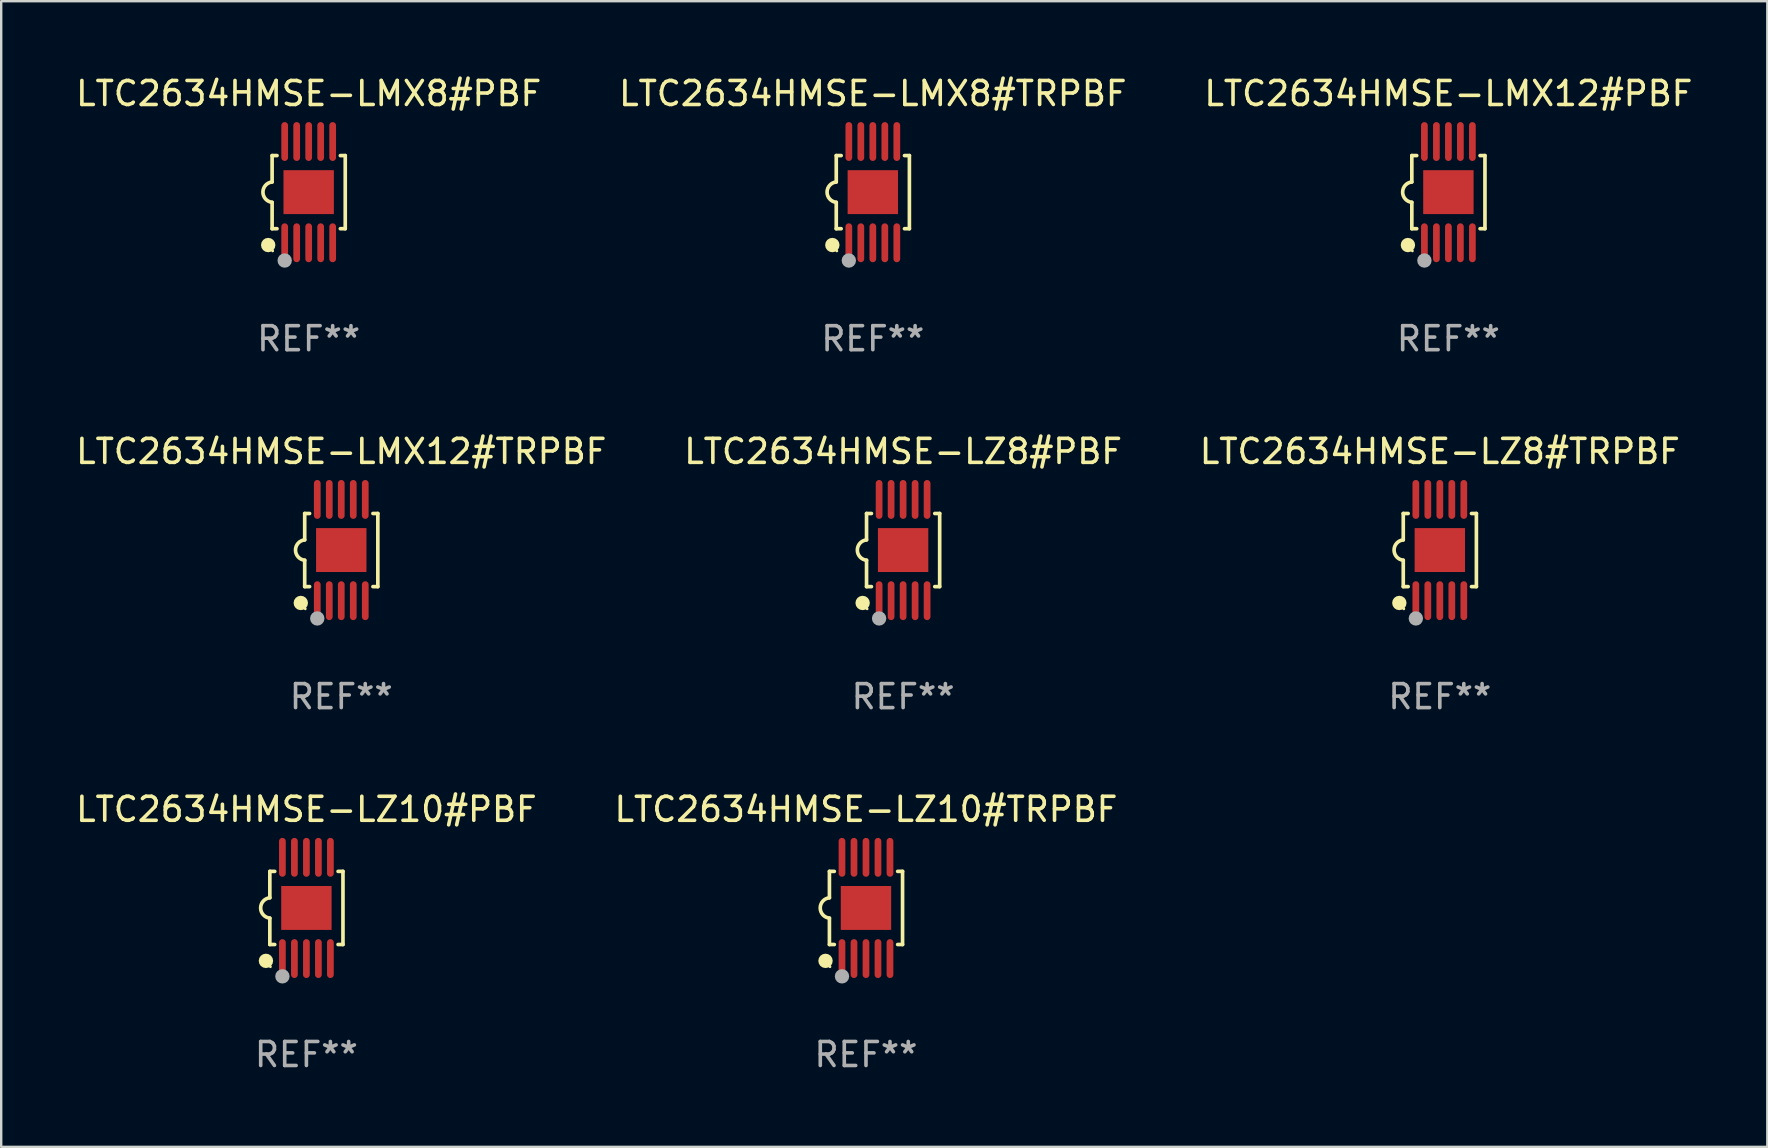
<source format=kicad_pcb>
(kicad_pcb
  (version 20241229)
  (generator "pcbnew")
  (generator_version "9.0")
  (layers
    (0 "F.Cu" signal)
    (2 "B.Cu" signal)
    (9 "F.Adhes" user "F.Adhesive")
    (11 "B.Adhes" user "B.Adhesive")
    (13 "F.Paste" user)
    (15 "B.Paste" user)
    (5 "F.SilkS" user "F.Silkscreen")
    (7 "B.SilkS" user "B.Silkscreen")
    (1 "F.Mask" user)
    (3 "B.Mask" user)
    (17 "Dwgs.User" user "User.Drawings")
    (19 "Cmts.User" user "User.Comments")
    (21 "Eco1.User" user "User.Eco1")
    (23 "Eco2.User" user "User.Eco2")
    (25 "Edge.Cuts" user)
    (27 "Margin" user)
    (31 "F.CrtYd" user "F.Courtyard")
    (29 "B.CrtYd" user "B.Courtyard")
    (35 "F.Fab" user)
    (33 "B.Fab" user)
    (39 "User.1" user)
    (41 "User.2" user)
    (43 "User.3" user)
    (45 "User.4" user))
  (footprint "LTC2634HMSE-LZ10#TRPBF"
    (layer "F.Cu")
    (at 33.042 34.791)
    (property "Reference" "LTC2634HMSE-LZ10#TRPBF" (at 0 -4.11 0) (layer "F.SilkS") (effects (font (size 1 1) (thickness 0.15))))
    (attr through_hole)
    (fp_line (start -1.524 -1.524) (end -1.524 -0.424) (stroke (width 0.152) (type solid)) (layer "F.SilkS"))
    (fp_line (start -1.524 1.524) (end -1.524 0.424) (stroke (width 0.152) (type solid)) (layer "F.SilkS"))
    (fp_line (start -1.524 1.524) (end -1.32 1.524) (stroke (width 0.152) (type solid)) (layer "F.SilkS"))
    (fp_line (start -1.32 -1.524) (end -1.524 -1.524) (stroke (width 0.152) (type solid)) (layer "F.SilkS"))
    (fp_line (start 1.32 1.524) (end 1.524 1.524) (stroke (width 0.152) (type solid)) (layer "F.SilkS"))
    (fp_line (start 1.524 -1.524) (end 1.32 -1.524) (stroke (width 0.152) (type solid)) (layer "F.SilkS"))
    (fp_line (start 1.524 1.524) (end 1.524 -1.524) (stroke (width 0.152) (type solid)) (layer "F.SilkS"))
    (fp_arc (start -1.524003 0.424003) (mid -1.906663 -0.000089) (end -1.524004 -0.424181) (stroke (width 0.151994) (type solid)) (layer "F.SilkS"))
    (fp_circle (center -1.687 2.205) (end -1.537 2.205) (stroke (width 0.3) (type solid)) (fill no) (layer "F.SilkS"))
    (fp_circle (center -1.5 2.45) (end -1.47 2.45) (stroke (width 0.06) (type solid)) (fill no) (layer "F.SilkS"))
    (fp_circle (center -1 2.85) (end -0.85 2.85) (stroke (width 0.3) (type solid)) (fill no) (layer "F.Fab"))
    (fp_text user "REF**" (at 0 6.11 0) (layer "F.Fab") (effects (font (size 1 1) (thickness 0.15))))
    (pad "1" smd oval (at -1 2.11) (size 0.28 1.62) (layers "F.Cu" "F.Mask" "F.Paste"))
    (pad "2" smd oval (at -0.5 2.11) (size 0.28 1.62) (layers "F.Cu" "F.Mask" "F.Paste"))
    (pad "3" smd oval (at 0 2.11) (size 0.28 1.62) (layers "F.Cu" "F.Mask" "F.Paste"))
    (pad "4" smd oval (at 0.5 2.11) (size 0.28 1.62) (layers "F.Cu" "F.Mask" "F.Paste"))
    (pad "5" smd oval (at 1 2.11) (size 0.28 1.62) (layers "F.Cu" "F.Mask" "F.Paste"))
    (pad "6" smd oval (at 1 -2.11) (size 0.28 1.62) (layers "F.Cu" "F.Mask" "F.Paste"))
    (pad "7" smd oval (at 0.5 -2.11) (size 0.28 1.62) (layers "F.Cu" "F.Mask" "F.Paste"))
    (pad "8" smd oval (at 0 -2.11) (size 0.28 1.62) (layers "F.Cu" "F.Mask" "F.Paste"))
    (pad "9" smd oval (at -0.5 -2.11) (size 0.28 1.62) (layers "F.Cu" "F.Mask" "F.Paste"))
    (pad "10" smd oval (at -1 -2.11) (size 0.28 1.62) (layers "F.Cu" "F.Mask" "F.Paste"))
    (pad "11" smd rect (at 0 0) (size 2.1 1.83) (layers "F.Cu" "F.Mask" "F.Paste")))
  (footprint "LTC2634HMSE-LZ10#PBF"
    (layer "F.Cu")
    (at 9.72 34.791)
    (property "Reference" "LTC2634HMSE-LZ10#PBF" (at 0 -4.11 0) (layer "F.SilkS") (effects (font (size 1 1) (thickness 0.15))))
    (attr through_hole)
    (fp_line (start -1.524 -1.524) (end -1.524 -0.424) (stroke (width 0.152) (type solid)) (layer "F.SilkS"))
    (fp_line (start -1.524 1.524) (end -1.524 0.424) (stroke (width 0.152) (type solid)) (layer "F.SilkS"))
    (fp_line (start -1.524 1.524) (end -1.32 1.524) (stroke (width 0.152) (type solid)) (layer "F.SilkS"))
    (fp_line (start -1.32 -1.524) (end -1.524 -1.524) (stroke (width 0.152) (type solid)) (layer "F.SilkS"))
    (fp_line (start 1.32 1.524) (end 1.524 1.524) (stroke (width 0.152) (type solid)) (layer "F.SilkS"))
    (fp_line (start 1.524 -1.524) (end 1.32 -1.524) (stroke (width 0.152) (type solid)) (layer "F.SilkS"))
    (fp_line (start 1.524 1.524) (end 1.524 -1.524) (stroke (width 0.152) (type solid)) (layer "F.SilkS"))
    (fp_arc (start -1.524003 0.424003) (mid -1.906663 -0.000089) (end -1.524004 -0.424181) (stroke (width 0.151994) (type solid)) (layer "F.SilkS"))
    (fp_circle (center -1.687 2.205) (end -1.537 2.205) (stroke (width 0.3) (type solid)) (fill no) (layer "F.SilkS"))
    (fp_circle (center -1.5 2.45) (end -1.47 2.45) (stroke (width 0.06) (type solid)) (fill no) (layer "F.SilkS"))
    (fp_circle (center -1 2.85) (end -0.85 2.85) (stroke (width 0.3) (type solid)) (fill no) (layer "F.Fab"))
    (fp_text user "REF**" (at 0 6.11 0) (layer "F.Fab") (effects (font (size 1 1) (thickness 0.15))))
    (pad "1" smd oval (at -1 2.11) (size 0.28 1.62) (layers "F.Cu" "F.Mask" "F.Paste"))
    (pad "2" smd oval (at -0.5 2.11) (size 0.28 1.62) (layers "F.Cu" "F.Mask" "F.Paste"))
    (pad "3" smd oval (at 0 2.11) (size 0.28 1.62) (layers "F.Cu" "F.Mask" "F.Paste"))
    (pad "4" smd oval (at 0.5 2.11) (size 0.28 1.62) (layers "F.Cu" "F.Mask" "F.Paste"))
    (pad "5" smd oval (at 1 2.11) (size 0.28 1.62) (layers "F.Cu" "F.Mask" "F.Paste"))
    (pad "6" smd oval (at 1 -2.11) (size 0.28 1.62) (layers "F.Cu" "F.Mask" "F.Paste"))
    (pad "7" smd oval (at 0.5 -2.11) (size 0.28 1.62) (layers "F.Cu" "F.Mask" "F.Paste"))
    (pad "8" smd oval (at 0 -2.11) (size 0.28 1.62) (layers "F.Cu" "F.Mask" "F.Paste"))
    (pad "9" smd oval (at -0.5 -2.11) (size 0.28 1.62) (layers "F.Cu" "F.Mask" "F.Paste"))
    (pad "10" smd oval (at -1 -2.11) (size 0.28 1.62) (layers "F.Cu" "F.Mask" "F.Paste"))
    (pad "11" smd rect (at 0 0) (size 2.1 1.83) (layers "F.Cu" "F.Mask" "F.Paste")))
  (footprint "LTC2634HMSE-LMX12#PBF"
    (layer "F.Cu")
    (at 57.315 4.958)
    (property "Reference" "LTC2634HMSE-LMX12#PBF" (at 0 -4.11 0) (layer "F.SilkS") (effects (font (size 1 1) (thickness 0.15))))
    (attr through_hole)
    (fp_line (start -1.524 -1.524) (end -1.524 -0.424) (stroke (width 0.152) (type solid)) (layer "F.SilkS"))
    (fp_line (start -1.524 1.524) (end -1.524 0.424) (stroke (width 0.152) (type solid)) (layer "F.SilkS"))
    (fp_line (start -1.524 1.524) (end -1.32 1.524) (stroke (width 0.152) (type solid)) (layer "F.SilkS"))
    (fp_line (start -1.32 -1.524) (end -1.524 -1.524) (stroke (width 0.152) (type solid)) (layer "F.SilkS"))
    (fp_line (start 1.32 1.524) (end 1.524 1.524) (stroke (width 0.152) (type solid)) (layer "F.SilkS"))
    (fp_line (start 1.524 -1.524) (end 1.32 -1.524) (stroke (width 0.152) (type solid)) (layer "F.SilkS"))
    (fp_line (start 1.524 1.524) (end 1.524 -1.524) (stroke (width 0.152) (type solid)) (layer "F.SilkS"))
    (fp_arc (start -1.524003 0.424003) (mid -1.906663 -0.000089) (end -1.524004 -0.424181) (stroke (width 0.151994) (type solid)) (layer "F.SilkS"))
    (fp_circle (center -1.687 2.205) (end -1.537 2.205) (stroke (width 0.3) (type solid)) (fill no) (layer "F.SilkS"))
    (fp_circle (center -1.5 2.45) (end -1.47 2.45) (stroke (width 0.06) (type solid)) (fill no) (layer "F.SilkS"))
    (fp_circle (center -1 2.85) (end -0.85 2.85) (stroke (width 0.3) (type solid)) (fill no) (layer "F.Fab"))
    (fp_text user "REF**" (at 0 6.11 0) (layer "F.Fab") (effects (font (size 1 1) (thickness 0.15))))
    (pad "1" smd oval (at -1 2.11) (size 0.28 1.62) (layers "F.Cu" "F.Mask" "F.Paste"))
    (pad "2" smd oval (at -0.5 2.11) (size 0.28 1.62) (layers "F.Cu" "F.Mask" "F.Paste"))
    (pad "3" smd oval (at 0 2.11) (size 0.28 1.62) (layers "F.Cu" "F.Mask" "F.Paste"))
    (pad "4" smd oval (at 0.5 2.11) (size 0.28 1.62) (layers "F.Cu" "F.Mask" "F.Paste"))
    (pad "5" smd oval (at 1 2.11) (size 0.28 1.62) (layers "F.Cu" "F.Mask" "F.Paste"))
    (pad "6" smd oval (at 1 -2.11) (size 0.28 1.62) (layers "F.Cu" "F.Mask" "F.Paste"))
    (pad "7" smd oval (at 0.5 -2.11) (size 0.28 1.62) (layers "F.Cu" "F.Mask" "F.Paste"))
    (pad "8" smd oval (at 0 -2.11) (size 0.28 1.62) (layers "F.Cu" "F.Mask" "F.Paste"))
    (pad "9" smd oval (at -0.5 -2.11) (size 0.28 1.62) (layers "F.Cu" "F.Mask" "F.Paste"))
    (pad "10" smd oval (at -1 -2.11) (size 0.28 1.62) (layers "F.Cu" "F.Mask" "F.Paste"))
    (pad "11" smd rect (at 0 0) (size 2.1 1.83) (layers "F.Cu" "F.Mask" "F.Paste")))
  (footprint "LTC2634HMSE-LZ8#TRPBF"
    (layer "F.Cu")
    (at 56.958 19.875)
    (property "Reference" "LTC2634HMSE-LZ8#TRPBF" (at 0 -4.11 0) (layer "F.SilkS") (effects (font (size 1 1) (thickness 0.15))))
    (attr through_hole)
    (fp_line (start -1.524 -1.524) (end -1.524 -0.424) (stroke (width 0.152) (type solid)) (layer "F.SilkS"))
    (fp_line (start -1.524 1.524) (end -1.524 0.424) (stroke (width 0.152) (type solid)) (layer "F.SilkS"))
    (fp_line (start -1.524 1.524) (end -1.32 1.524) (stroke (width 0.152) (type solid)) (layer "F.SilkS"))
    (fp_line (start -1.32 -1.524) (end -1.524 -1.524) (stroke (width 0.152) (type solid)) (layer "F.SilkS"))
    (fp_line (start 1.32 1.524) (end 1.524 1.524) (stroke (width 0.152) (type solid)) (layer "F.SilkS"))
    (fp_line (start 1.524 -1.524) (end 1.32 -1.524) (stroke (width 0.152) (type solid)) (layer "F.SilkS"))
    (fp_line (start 1.524 1.524) (end 1.524 -1.524) (stroke (width 0.152) (type solid)) (layer "F.SilkS"))
    (fp_arc (start -1.524003 0.424003) (mid -1.906663 -0.000089) (end -1.524004 -0.424181) (stroke (width 0.151994) (type solid)) (layer "F.SilkS"))
    (fp_circle (center -1.687 2.205) (end -1.537 2.205) (stroke (width 0.3) (type solid)) (fill no) (layer "F.SilkS"))
    (fp_circle (center -1.5 2.45) (end -1.47 2.45) (stroke (width 0.06) (type solid)) (fill no) (layer "F.SilkS"))
    (fp_circle (center -1 2.85) (end -0.85 2.85) (stroke (width 0.3) (type solid)) (fill no) (layer "F.Fab"))
    (fp_text user "REF**" (at 0 6.11 0) (layer "F.Fab") (effects (font (size 1 1) (thickness 0.15))))
    (pad "1" smd oval (at -1 2.11) (size 0.28 1.62) (layers "F.Cu" "F.Mask" "F.Paste"))
    (pad "2" smd oval (at -0.5 2.11) (size 0.28 1.62) (layers "F.Cu" "F.Mask" "F.Paste"))
    (pad "3" smd oval (at 0 2.11) (size 0.28 1.62) (layers "F.Cu" "F.Mask" "F.Paste"))
    (pad "4" smd oval (at 0.5 2.11) (size 0.28 1.62) (layers "F.Cu" "F.Mask" "F.Paste"))
    (pad "5" smd oval (at 1 2.11) (size 0.28 1.62) (layers "F.Cu" "F.Mask" "F.Paste"))
    (pad "6" smd oval (at 1 -2.11) (size 0.28 1.62) (layers "F.Cu" "F.Mask" "F.Paste"))
    (pad "7" smd oval (at 0.5 -2.11) (size 0.28 1.62) (layers "F.Cu" "F.Mask" "F.Paste"))
    (pad "8" smd oval (at 0 -2.11) (size 0.28 1.62) (layers "F.Cu" "F.Mask" "F.Paste"))
    (pad "9" smd oval (at -0.5 -2.11) (size 0.28 1.62) (layers "F.Cu" "F.Mask" "F.Paste"))
    (pad "10" smd oval (at -1 -2.11) (size 0.28 1.62) (layers "F.Cu" "F.Mask" "F.Paste"))
    (pad "11" smd rect (at 0 0) (size 2.1 1.83) (layers "F.Cu" "F.Mask" "F.Paste")))
  (footprint "LTC2634HMSE-LZ8#PBF"
    (layer "F.Cu")
    (at 34.589 19.875)
    (property "Reference" "LTC2634HMSE-LZ8#PBF" (at 0 -4.11 0) (layer "F.SilkS") (effects (font (size 1 1) (thickness 0.15))))
    (attr through_hole)
    (fp_line (start -1.524 -1.524) (end -1.524 -0.424) (stroke (width 0.152) (type solid)) (layer "F.SilkS"))
    (fp_line (start -1.524 1.524) (end -1.524 0.424) (stroke (width 0.152) (type solid)) (layer "F.SilkS"))
    (fp_line (start -1.524 1.524) (end -1.32 1.524) (stroke (width 0.152) (type solid)) (layer "F.SilkS"))
    (fp_line (start -1.32 -1.524) (end -1.524 -1.524) (stroke (width 0.152) (type solid)) (layer "F.SilkS"))
    (fp_line (start 1.32 1.524) (end 1.524 1.524) (stroke (width 0.152) (type solid)) (layer "F.SilkS"))
    (fp_line (start 1.524 -1.524) (end 1.32 -1.524) (stroke (width 0.152) (type solid)) (layer "F.SilkS"))
    (fp_line (start 1.524 1.524) (end 1.524 -1.524) (stroke (width 0.152) (type solid)) (layer "F.SilkS"))
    (fp_arc (start -1.524003 0.424003) (mid -1.906663 -0.000089) (end -1.524004 -0.424181) (stroke (width 0.151994) (type solid)) (layer "F.SilkS"))
    (fp_circle (center -1.687 2.205) (end -1.537 2.205) (stroke (width 0.3) (type solid)) (fill no) (layer "F.SilkS"))
    (fp_circle (center -1.5 2.45) (end -1.47 2.45) (stroke (width 0.06) (type solid)) (fill no) (layer "F.SilkS"))
    (fp_circle (center -1 2.85) (end -0.85 2.85) (stroke (width 0.3) (type solid)) (fill no) (layer "F.Fab"))
    (fp_text user "REF**" (at 0 6.11 0) (layer "F.Fab") (effects (font (size 1 1) (thickness 0.15))))
    (pad "1" smd oval (at -1 2.11) (size 0.28 1.62) (layers "F.Cu" "F.Mask" "F.Paste"))
    (pad "2" smd oval (at -0.5 2.11) (size 0.28 1.62) (layers "F.Cu" "F.Mask" "F.Paste"))
    (pad "3" smd oval (at 0 2.11) (size 0.28 1.62) (layers "F.Cu" "F.Mask" "F.Paste"))
    (pad "4" smd oval (at 0.5 2.11) (size 0.28 1.62) (layers "F.Cu" "F.Mask" "F.Paste"))
    (pad "5" smd oval (at 1 2.11) (size 0.28 1.62) (layers "F.Cu" "F.Mask" "F.Paste"))
    (pad "6" smd oval (at 1 -2.11) (size 0.28 1.62) (layers "F.Cu" "F.Mask" "F.Paste"))
    (pad "7" smd oval (at 0.5 -2.11) (size 0.28 1.62) (layers "F.Cu" "F.Mask" "F.Paste"))
    (pad "8" smd oval (at 0 -2.11) (size 0.28 1.62) (layers "F.Cu" "F.Mask" "F.Paste"))
    (pad "9" smd oval (at -0.5 -2.11) (size 0.28 1.62) (layers "F.Cu" "F.Mask" "F.Paste"))
    (pad "10" smd oval (at -1 -2.11) (size 0.28 1.62) (layers "F.Cu" "F.Mask" "F.Paste"))
    (pad "11" smd rect (at 0 0) (size 2.1 1.83) (layers "F.Cu" "F.Mask" "F.Paste")))
  (footprint "LTC2634HMSE-LMX8#TRPBF"
    (layer "F.Cu")
    (at 33.327 4.958)
    (property "Reference" "LTC2634HMSE-LMX8#TRPBF" (at 0 -4.11 0) (layer "F.SilkS") (effects (font (size 1 1) (thickness 0.15))))
    (attr through_hole)
    (fp_line (start -1.524 -1.524) (end -1.524 -0.424) (stroke (width 0.152) (type solid)) (layer "F.SilkS"))
    (fp_line (start -1.524 1.524) (end -1.524 0.424) (stroke (width 0.152) (type solid)) (layer "F.SilkS"))
    (fp_line (start -1.524 1.524) (end -1.32 1.524) (stroke (width 0.152) (type solid)) (layer "F.SilkS"))
    (fp_line (start -1.32 -1.524) (end -1.524 -1.524) (stroke (width 0.152) (type solid)) (layer "F.SilkS"))
    (fp_line (start 1.32 1.524) (end 1.524 1.524) (stroke (width 0.152) (type solid)) (layer "F.SilkS"))
    (fp_line (start 1.524 -1.524) (end 1.32 -1.524) (stroke (width 0.152) (type solid)) (layer "F.SilkS"))
    (fp_line (start 1.524 1.524) (end 1.524 -1.524) (stroke (width 0.152) (type solid)) (layer "F.SilkS"))
    (fp_arc (start -1.524003 0.424003) (mid -1.906663 -0.000089) (end -1.524004 -0.424181) (stroke (width 0.151994) (type solid)) (layer "F.SilkS"))
    (fp_circle (center -1.687 2.205) (end -1.537 2.205) (stroke (width 0.3) (type solid)) (fill no) (layer "F.SilkS"))
    (fp_circle (center -1.5 2.45) (end -1.47 2.45) (stroke (width 0.06) (type solid)) (fill no) (layer "F.SilkS"))
    (fp_circle (center -1 2.85) (end -0.85 2.85) (stroke (width 0.3) (type solid)) (fill no) (layer "F.Fab"))
    (fp_text user "REF**" (at 0 6.11 0) (layer "F.Fab") (effects (font (size 1 1) (thickness 0.15))))
    (pad "1" smd oval (at -1 2.11) (size 0.28 1.62) (layers "F.Cu" "F.Mask" "F.Paste"))
    (pad "2" smd oval (at -0.5 2.11) (size 0.28 1.62) (layers "F.Cu" "F.Mask" "F.Paste"))
    (pad "3" smd oval (at 0 2.11) (size 0.28 1.62) (layers "F.Cu" "F.Mask" "F.Paste"))
    (pad "4" smd oval (at 0.5 2.11) (size 0.28 1.62) (layers "F.Cu" "F.Mask" "F.Paste"))
    (pad "5" smd oval (at 1 2.11) (size 0.28 1.62) (layers "F.Cu" "F.Mask" "F.Paste"))
    (pad "6" smd oval (at 1 -2.11) (size 0.28 1.62) (layers "F.Cu" "F.Mask" "F.Paste"))
    (pad "7" smd oval (at 0.5 -2.11) (size 0.28 1.62) (layers "F.Cu" "F.Mask" "F.Paste"))
    (pad "8" smd oval (at 0 -2.11) (size 0.28 1.62) (layers "F.Cu" "F.Mask" "F.Paste"))
    (pad "9" smd oval (at -0.5 -2.11) (size 0.28 1.62) (layers "F.Cu" "F.Mask" "F.Paste"))
    (pad "10" smd oval (at -1 -2.11) (size 0.28 1.62) (layers "F.Cu" "F.Mask" "F.Paste"))
    (pad "11" smd rect (at 0 0) (size 2.1 1.83) (layers "F.Cu" "F.Mask" "F.Paste")))
  (footprint "LTC2634HMSE-LMX12#TRPBF"
    (layer "F.Cu")
    (at 11.173 19.875)
    (property "Reference" "LTC2634HMSE-LMX12#TRPBF" (at 0 -4.11 0) (layer "F.SilkS") (effects (font (size 1 1) (thickness 0.15))))
    (attr through_hole)
    (fp_line (start -1.524 -1.524) (end -1.524 -0.424) (stroke (width 0.152) (type solid)) (layer "F.SilkS"))
    (fp_line (start -1.524 1.524) (end -1.524 0.424) (stroke (width 0.152) (type solid)) (layer "F.SilkS"))
    (fp_line (start -1.524 1.524) (end -1.32 1.524) (stroke (width 0.152) (type solid)) (layer "F.SilkS"))
    (fp_line (start -1.32 -1.524) (end -1.524 -1.524) (stroke (width 0.152) (type solid)) (layer "F.SilkS"))
    (fp_line (start 1.32 1.524) (end 1.524 1.524) (stroke (width 0.152) (type solid)) (layer "F.SilkS"))
    (fp_line (start 1.524 -1.524) (end 1.32 -1.524) (stroke (width 0.152) (type solid)) (layer "F.SilkS"))
    (fp_line (start 1.524 1.524) (end 1.524 -1.524) (stroke (width 0.152) (type solid)) (layer "F.SilkS"))
    (fp_arc (start -1.524003 0.424003) (mid -1.906663 -0.000089) (end -1.524004 -0.424181) (stroke (width 0.151994) (type solid)) (layer "F.SilkS"))
    (fp_circle (center -1.687 2.205) (end -1.537 2.205) (stroke (width 0.3) (type solid)) (fill no) (layer "F.SilkS"))
    (fp_circle (center -1.5 2.45) (end -1.47 2.45) (stroke (width 0.06) (type solid)) (fill no) (layer "F.SilkS"))
    (fp_circle (center -1 2.85) (end -0.85 2.85) (stroke (width 0.3) (type solid)) (fill no) (layer "F.Fab"))
    (fp_text user "REF**" (at 0 6.11 0) (layer "F.Fab") (effects (font (size 1 1) (thickness 0.15))))
    (pad "1" smd oval (at -1 2.11) (size 0.28 1.62) (layers "F.Cu" "F.Mask" "F.Paste"))
    (pad "2" smd oval (at -0.5 2.11) (size 0.28 1.62) (layers "F.Cu" "F.Mask" "F.Paste"))
    (pad "3" smd oval (at 0 2.11) (size 0.28 1.62) (layers "F.Cu" "F.Mask" "F.Paste"))
    (pad "4" smd oval (at 0.5 2.11) (size 0.28 1.62) (layers "F.Cu" "F.Mask" "F.Paste"))
    (pad "5" smd oval (at 1 2.11) (size 0.28 1.62) (layers "F.Cu" "F.Mask" "F.Paste"))
    (pad "6" smd oval (at 1 -2.11) (size 0.28 1.62) (layers "F.Cu" "F.Mask" "F.Paste"))
    (pad "7" smd oval (at 0.5 -2.11) (size 0.28 1.62) (layers "F.Cu" "F.Mask" "F.Paste"))
    (pad "8" smd oval (at 0 -2.11) (size 0.28 1.62) (layers "F.Cu" "F.Mask" "F.Paste"))
    (pad "9" smd oval (at -0.5 -2.11) (size 0.28 1.62) (layers "F.Cu" "F.Mask" "F.Paste"))
    (pad "10" smd oval (at -1 -2.11) (size 0.28 1.62) (layers "F.Cu" "F.Mask" "F.Paste"))
    (pad "11" smd rect (at 0 0) (size 2.1 1.83) (layers "F.Cu" "F.Mask" "F.Paste")))
  (footprint "LTC2634HMSE-LMX8#PBF"
    (layer "F.Cu")
    (at 9.815 4.958)
    (property "Reference" "LTC2634HMSE-LMX8#PBF" (at 0 -4.11 0) (layer "F.SilkS") (effects (font (size 1 1) (thickness 0.15))))
    (attr through_hole)
    (fp_line (start -1.524 -1.524) (end -1.524 -0.424) (stroke (width 0.152) (type solid)) (layer "F.SilkS"))
    (fp_line (start -1.524 1.524) (end -1.524 0.424) (stroke (width 0.152) (type solid)) (layer "F.SilkS"))
    (fp_line (start -1.524 1.524) (end -1.32 1.524) (stroke (width 0.152) (type solid)) (layer "F.SilkS"))
    (fp_line (start -1.32 -1.524) (end -1.524 -1.524) (stroke (width 0.152) (type solid)) (layer "F.SilkS"))
    (fp_line (start 1.32 1.524) (end 1.524 1.524) (stroke (width 0.152) (type solid)) (layer "F.SilkS"))
    (fp_line (start 1.524 -1.524) (end 1.32 -1.524) (stroke (width 0.152) (type solid)) (layer "F.SilkS"))
    (fp_line (start 1.524 1.524) (end 1.524 -1.524) (stroke (width 0.152) (type solid)) (layer "F.SilkS"))
    (fp_arc (start -1.524003 0.424003) (mid -1.906663 -0.000089) (end -1.524004 -0.424181) (stroke (width 0.151994) (type solid)) (layer "F.SilkS"))
    (fp_circle (center -1.687 2.205) (end -1.537 2.205) (stroke (width 0.3) (type solid)) (fill no) (layer "F.SilkS"))
    (fp_circle (center -1.5 2.45) (end -1.47 2.45) (stroke (width 0.06) (type solid)) (fill no) (layer "F.SilkS"))
    (fp_circle (center -1 2.85) (end -0.85 2.85) (stroke (width 0.3) (type solid)) (fill no) (layer "F.Fab"))
    (fp_text user "REF**" (at 0 6.11 0) (layer "F.Fab") (effects (font (size 1 1) (thickness 0.15))))
    (pad "1" smd oval (at -1 2.11) (size 0.28 1.62) (layers "F.Cu" "F.Mask" "F.Paste"))
    (pad "2" smd oval (at -0.5 2.11) (size 0.28 1.62) (layers "F.Cu" "F.Mask" "F.Paste"))
    (pad "3" smd oval (at 0 2.11) (size 0.28 1.62) (layers "F.Cu" "F.Mask" "F.Paste"))
    (pad "4" smd oval (at 0.5 2.11) (size 0.28 1.62) (layers "F.Cu" "F.Mask" "F.Paste"))
    (pad "5" smd oval (at 1 2.11) (size 0.28 1.62) (layers "F.Cu" "F.Mask" "F.Paste"))
    (pad "6" smd oval (at 1 -2.11) (size 0.28 1.62) (layers "F.Cu" "F.Mask" "F.Paste"))
    (pad "7" smd oval (at 0.5 -2.11) (size 0.28 1.62) (layers "F.Cu" "F.Mask" "F.Paste"))
    (pad "8" smd oval (at 0 -2.11) (size 0.28 1.62) (layers "F.Cu" "F.Mask" "F.Paste"))
    (pad "9" smd oval (at -0.5 -2.11) (size 0.28 1.62) (layers "F.Cu" "F.Mask" "F.Paste"))
    (pad "10" smd oval (at -1 -2.11) (size 0.28 1.62) (layers "F.Cu" "F.Mask" "F.Paste"))
    (pad "11" smd rect (at 0 0) (size 2.1 1.83) (layers "F.Cu" "F.Mask" "F.Paste")))
  (gr_rect
    (start -3 -3)
    (end 70.607 44.749)
    (stroke (width 0.1) (type default))
    (fill no)
    (layer "Edge.Cuts")))
</source>
